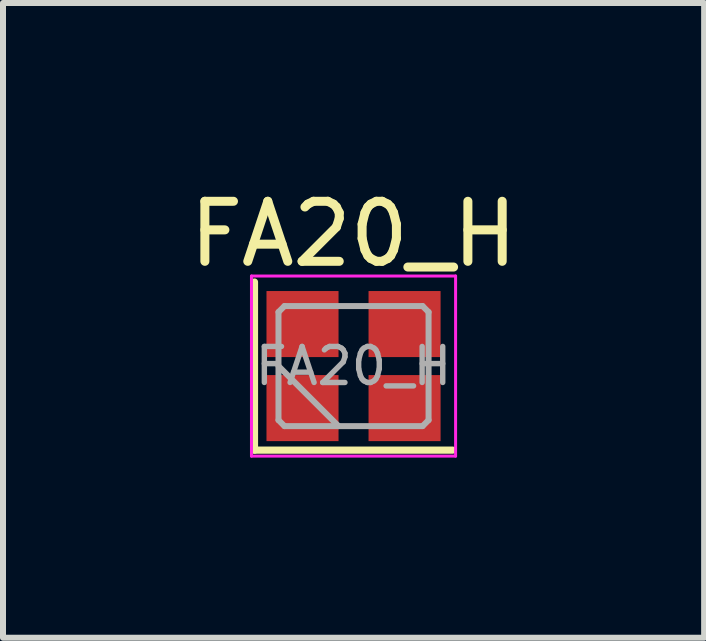
<source format=kicad_pcb>
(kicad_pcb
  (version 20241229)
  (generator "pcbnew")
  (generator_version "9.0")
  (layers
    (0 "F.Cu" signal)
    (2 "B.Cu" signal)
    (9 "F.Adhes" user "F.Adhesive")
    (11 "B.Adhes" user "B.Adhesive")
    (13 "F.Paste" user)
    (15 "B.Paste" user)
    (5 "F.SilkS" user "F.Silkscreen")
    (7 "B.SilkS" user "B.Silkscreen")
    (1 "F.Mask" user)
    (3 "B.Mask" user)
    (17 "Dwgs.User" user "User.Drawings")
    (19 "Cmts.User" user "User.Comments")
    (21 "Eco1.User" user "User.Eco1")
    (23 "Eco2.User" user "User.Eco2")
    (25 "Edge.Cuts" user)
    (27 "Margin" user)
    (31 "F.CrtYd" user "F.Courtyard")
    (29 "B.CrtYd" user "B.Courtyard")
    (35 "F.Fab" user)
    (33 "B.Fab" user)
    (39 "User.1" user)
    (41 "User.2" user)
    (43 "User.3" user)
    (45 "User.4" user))
  (footprint "FA20_H"
    (layer "F.Cu")
    (at 2.839 3.048)
    (property "Reference" "FA20_H" (at 0 -2.2 0) (layer "F.SilkS") (effects (font (size 1 1) (thickness 0.15))))
    (attr smd)
    (fp_line (start -1.65 -1.4) (end -1.65 1.4) (stroke (width 0.12) (type solid)) (layer "F.SilkS"))
    (fp_line (start -1.65 1.4) (end 1.65 1.4) (stroke (width 0.12) (type solid)) (layer "F.SilkS"))
    (fp_line (start -1.7 -1.5) (end -1.7 1.5) (stroke (width 0.05) (type solid)) (layer "F.CrtYd"))
    (fp_line (start -1.7 1.5) (end 1.7 1.5) (stroke (width 0.05) (type solid)) (layer "F.CrtYd"))
    (fp_line (start 1.7 -1.5) (end -1.7 -1.5) (stroke (width 0.05) (type solid)) (layer "F.CrtYd"))
    (fp_line (start 1.7 1.5) (end 1.7 -1.5) (stroke (width 0.05) (type solid)) (layer "F.CrtYd"))
    (fp_line (start -1.25 -0.9) (end -1.15 -1) (stroke (width 0.1) (type solid)) (layer "F.Fab"))
    (fp_line (start -1.25 0) (end -0.25 1) (stroke (width 0.1) (type solid)) (layer "F.Fab"))
    (fp_line (start -1.25 0.9) (end -1.25 -0.9) (stroke (width 0.1) (type solid)) (layer "F.Fab"))
    (fp_line (start -1.15 -1) (end 1.15 -1) (stroke (width 0.1) (type solid)) (layer "F.Fab"))
    (fp_line (start -1.15 1) (end -1.25 0.9) (stroke (width 0.1) (type solid)) (layer "F.Fab"))
    (fp_line (start 1.15 -1) (end 1.25 -0.9) (stroke (width 0.1) (type solid)) (layer "F.Fab"))
    (fp_line (start 1.15 1) (end -1.15 1) (stroke (width 0.1) (type solid)) (layer "F.Fab"))
    (fp_line (start 1.25 -0.9) (end 1.25 0.9) (stroke (width 0.1) (type solid)) (layer "F.Fab"))
    (fp_line (start 1.25 0.9) (end 1.15 1) (stroke (width 0.1) (type solid)) (layer "F.Fab"))
    (fp_text user "${REFERENCE}" (at 0 0 0) (layer "F.Fab") (effects (font (size 0.6 0.6) (thickness 0.09))))
    (pad "1" smd rect (at -0.85 0.7) (size 1.2 1.1) (layers "F.Cu" "F.Mask" "F.Paste"))
    (pad "2" smd rect (at 0.85 0.7) (size 1.2 1.1) (layers "F.Cu" "F.Mask" "F.Paste"))
    (pad "3" smd rect (at 0.85 -0.7) (size 1.2 1.1) (layers "F.Cu" "F.Mask" "F.Paste"))
    (pad "4" smd rect (at -0.85 -0.7) (size 1.2 1.1) (layers "F.Cu" "F.Mask" "F.Paste")))
  (gr_rect
    (start -3 -3)
    (end 8.679 7.573)
    (stroke (width 0.1) (type default))
    (fill no)
    (layer "Edge.Cuts")))
</source>
